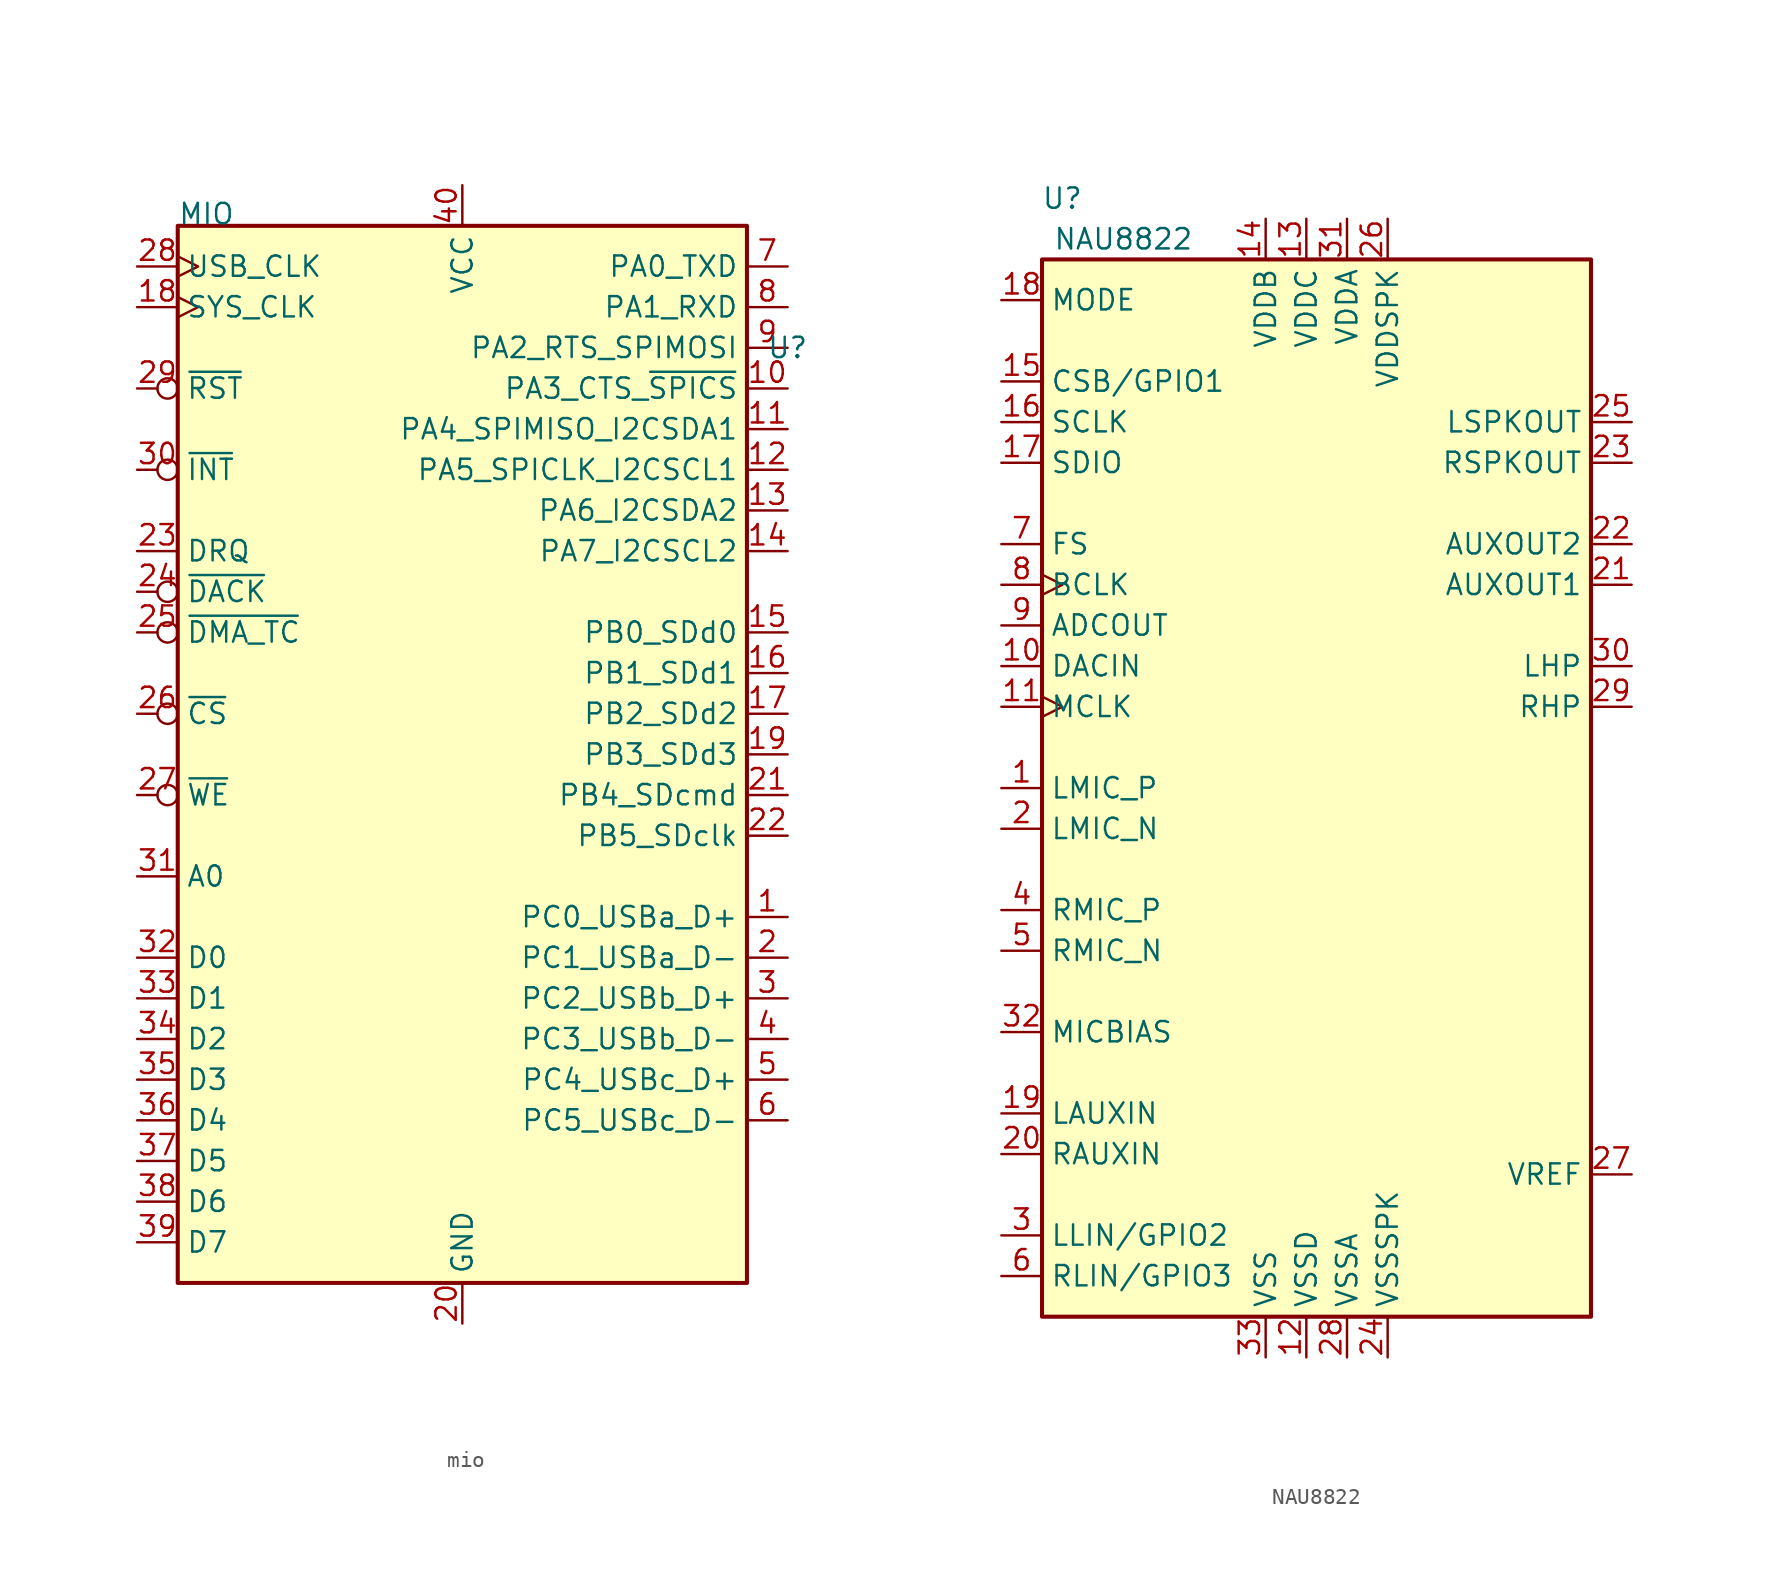
<source format=kicad_sym>
(kicad_symbol_lib
  (version 20231120)
  (generator "kicad_symbol_editor")
  (generator_version "8.0")
  (symbol "mio"
    (property "Reference" "U"
      (at 20.32 27.94 0)
      (effects (font (size 1.27 1.27))))
    (property "Value" "MIO"
      (at -17.78 35.56 0)
      (effects (font (size 1.27 1.27)) (justify left bottom)))
    (symbol "mio_0_0"
      (pin bidirectional line (at 20.32 -7.62 180) (length 2.54) (name "PC0_USBa_D+" (effects (font (size 1.27 1.27)))) (number "1" (effects (font (size 1.27 1.27)))))
      (pin bidirectional line (at 20.32 10.16 180) (length 2.54) (name "PB0_SDd0" (effects (font (size 1.27 1.27)))) (number "15" (effects (font (size 1.27 1.27)))))
      (pin bidirectional line (at 20.32 7.62 180) (length 2.54) (name "PB1_SDd1" (effects (font (size 1.27 1.27)))) (number "16" (effects (font (size 1.27 1.27)))))
      (pin bidirectional line (at 20.32 5.08 180) (length 2.54) (name "PB2_SDd2" (effects (font (size 1.27 1.27)))) (number "17" (effects (font (size 1.27 1.27)))))
      (pin bidirectional line (at 20.32 -10.16 180) (length 2.54) (name "PC1_USBa_D-" (effects (font (size 1.27 1.27)))) (number "2" (effects (font (size 1.27 1.27)))))
      (pin power_in line (at 0 -33.02 90) (length 2.54) (name "GND" (effects (font (size 1.27 1.27)))) (number "20" (effects (font (size 1.27 1.27)))))
      (pin input inverted (at -20.32 25.4 0) (length 2.54) (name "~{RST}" (effects (font (size 1.27 1.27)))) (number "29" (effects (font (size 1.27 1.27)))))
      (pin bidirectional line (at 20.32 -12.7 180) (length 2.54) (name "PC2_USBb_D+" (effects (font (size 1.27 1.27)))) (number "3" (effects (font (size 1.27 1.27)))))
      (pin input line (at -20.32 -5.08 0) (length 2.54) (name "A0" (effects (font (size 1.27 1.27)))) (number "31" (effects (font (size 1.27 1.27)))))
      (pin bidirectional line (at -20.32 -10.16 0) (length 2.54) (name "D0" (effects (font (size 1.27 1.27)))) (number "32" (effects (font (size 1.27 1.27)))))
      (pin bidirectional line (at -20.32 -12.7 0) (length 2.54) (name "D1" (effects (font (size 1.27 1.27)))) (number "33" (effects (font (size 1.27 1.27)))))
      (pin bidirectional line (at -20.32 -15.24 0) (length 2.54) (name "D2" (effects (font (size 1.27 1.27)))) (number "34" (effects (font (size 1.27 1.27)))))
      (pin bidirectional line (at -20.32 -17.78 0) (length 2.54) (name "D3" (effects (font (size 1.27 1.27)))) (number "35" (effects (font (size 1.27 1.27)))))
      (pin bidirectional line (at -20.32 -20.32 0) (length 2.54) (name "D4" (effects (font (size 1.27 1.27)))) (number "36" (effects (font (size 1.27 1.27)))))
      (pin bidirectional line (at -20.32 -22.86 0) (length 2.54) (name "D5" (effects (font (size 1.27 1.27)))) (number "37" (effects (font (size 1.27 1.27)))))
      (pin bidirectional line (at -20.32 -25.4 0) (length 2.54) (name "D6" (effects (font (size 1.27 1.27)))) (number "38" (effects (font (size 1.27 1.27)))))
      (pin bidirectional line (at -20.32 -27.94 0) (length 2.54) (name "D7" (effects (font (size 1.27 1.27)))) (number "39" (effects (font (size 1.27 1.27)))))
      (pin bidirectional line (at 20.32 -15.24 180) (length 2.54) (name "PC3_USBb_D-" (effects (font (size 1.27 1.27)))) (number "4" (effects (font (size 1.27 1.27)))))
      (pin power_in line (at 0 38.1 270) (length 2.54) (name "VCC" (effects (font (size 1.27 1.27)))) (number "40" (effects (font (size 1.27 1.27)))))
      (pin bidirectional line (at 20.32 -17.78 180) (length 2.54) (name "PC4_USBc_D+" (effects (font (size 1.27 1.27)))) (number "5" (effects (font (size 1.27 1.27)))))
      (pin bidirectional line (at 20.32 -20.32 180) (length 2.54) (name "PC5_USBc_D-" (effects (font (size 1.27 1.27)))) (number "6" (effects (font (size 1.27 1.27))))))
    (symbol "mio_0_1"
      (rectangle (start -17.78 35.56) (end 17.78 -30.48) (stroke (width 0.254) (type default)) (fill (type background))))
    (symbol "mio_1_0"
      (pin bidirectional line (at 20.32 25.4 180) (length 2.54) (name "PA3_CTS_~{SPICS}" (effects (font (size 1.27 1.27)))) (number "10" (effects (font (size 1.27 1.27)))))
      (pin bidirectional line (at 20.32 22.86 180) (length 2.54) (name "PA4_SPIMISO_I2CSDA1" (effects (font (size 1.27 1.27)))) (number "11" (effects (font (size 1.27 1.27)))))
      (pin bidirectional line (at 20.32 20.32 180) (length 2.54) (name "PA5_SPICLK_I2CSCL1" (effects (font (size 1.27 1.27)))) (number "12" (effects (font (size 1.27 1.27)))))
      (pin bidirectional line (at 20.32 17.78 180) (length 2.54) (name "PA6_I2CSDA2" (effects (font (size 1.27 1.27)))) (number "13" (effects (font (size 1.27 1.27)))))
      (pin bidirectional line (at 20.32 15.24 180) (length 2.54) (name "PA7_I2CSCL2" (effects (font (size 1.27 1.27)))) (number "14" (effects (font (size 1.27 1.27)))))
      (pin input clock (at -20.32 30.48 0) (length 2.54) (name "SYS_CLK" (effects (font (size 1.27 1.27)))) (number "18" (effects (font (size 1.27 1.27)))))
      (pin bidirectional line (at 20.32 2.54 180) (length 2.54) (name "PB3_SDd3" (effects (font (size 1.27 1.27)))) (number "19" (effects (font (size 1.27 1.27)))))
      (pin bidirectional line (at 20.32 0 180) (length 2.54) (name "PB4_SDcmd" (effects (font (size 1.27 1.27)))) (number "21" (effects (font (size 1.27 1.27)))))
      (pin bidirectional line (at 20.32 -2.54 180) (length 2.54) (name "PB5_SDclk" (effects (font (size 1.27 1.27)))) (number "22" (effects (font (size 1.27 1.27)))))
      (pin output line (at -20.32 15.24 0) (length 2.54) (name "DRQ" (effects (font (size 1.27 1.27)))) (number "23" (effects (font (size 1.27 1.27)))))
      (pin input inverted (at -20.32 12.7 0) (length 2.54) (name "~{DACK}" (effects (font (size 1.27 1.27)))) (number "24" (effects (font (size 1.27 1.27)))))
      (pin input inverted (at -20.32 10.16 0) (length 2.54) (name "~{DMA_TC}" (effects (font (size 1.27 1.27)))) (number "25" (effects (font (size 1.27 1.27)))))
      (pin input inverted (at -20.32 5.08 0) (length 2.54) (name "~{CS}" (effects (font (size 1.27 1.27)))) (number "26" (effects (font (size 1.27 1.27)))))
      (pin input inverted (at -20.32 0 0) (length 2.54) (name "~{WE}" (effects (font (size 1.27 1.27)))) (number "27" (effects (font (size 1.27 1.27)))))
      (pin input clock (at -20.32 33.02 0) (length 2.54) (name "USB_CLK" (effects (font (size 1.27 1.27)))) (number "28" (effects (font (size 1.27 1.27)))))
      (pin open_collector inverted (at -20.32 20.32 0) (length 2.54) (name "~{INT}" (effects (font (size 1.27 1.27)))) (number "30" (effects (font (size 1.27 1.27)))))
      (pin bidirectional line (at 20.32 33.02 180) (length 2.54) (name "PA0_TXD" (effects (font (size 1.27 1.27)))) (number "7" (effects (font (size 1.27 1.27)))))
      (pin bidirectional line (at 20.32 30.48 180) (length 2.54) (name "PA1_RXD" (effects (font (size 1.27 1.27)))) (number "8" (effects (font (size 1.27 1.27)))))
      (pin bidirectional line (at 20.32 27.94 180) (length 2.54) (name "PA2_RTS_SPIMOSI" (effects (font (size 1.27 1.27)))) (number "9" (effects (font (size 1.27 1.27)))))))
  (symbol "NAU8822"
    (property "Reference" "U"
      (at 1.27 36.83 0)
      (effects (font (size 1.27 1.27))))
    (property "Value" "NAU8822"
      (at 5.08 34.29 0)
      (effects (font (size 1.27 1.27))))
    (symbol "NAU8822_0_0"
      (pin input line (at -2.54 0 0) (length 2.54) (name "LMIC_P" (effects (font (size 1.27 1.27)))) (number "1" (effects (font (size 1.27 1.27)))))
      (pin input line (at -2.54 7.62 0) (length 2.54) (name "DACIN" (effects (font (size 1.27 1.27)))) (number "10" (effects (font (size 1.27 1.27)))))
      (pin power_in line (at 16.51 -35.56 90) (length 2.54) (name "VSSD" (effects (font (size 1.27 1.27)))) (number "12" (effects (font (size 1.27 1.27)))))
      (pin power_in line (at 16.51 35.56 270) (length 2.54) (name "VDDC" (effects (font (size 1.27 1.27)))) (number "13" (effects (font (size 1.27 1.27)))))
      (pin power_in line (at 13.97 35.56 270) (length 2.54) (name "VDDB" (effects (font (size 1.27 1.27)))) (number "14" (effects (font (size 1.27 1.27)))))
      (pin bidirectional line (at -2.54 22.86 0) (length 2.54) (name "SCLK" (effects (font (size 1.27 1.27)))) (number "16" (effects (font (size 1.27 1.27)))))
      (pin bidirectional line (at -2.54 20.32 0) (length 2.54) (name "SDIO" (effects (font (size 1.27 1.27)))) (number "17" (effects (font (size 1.27 1.27)))))
      (pin input line (at -2.54 30.48 0) (length 2.54) (name "MODE" (effects (font (size 1.27 1.27)))) (number "18" (effects (font (size 1.27 1.27)))))
      (pin input line (at -2.54 -20.32 0) (length 2.54) (name "LAUXIN" (effects (font (size 1.27 1.27)))) (number "19" (effects (font (size 1.27 1.27)))))
      (pin input line (at -2.54 -2.54 0) (length 2.54) (name "LMIC_N" (effects (font (size 1.27 1.27)))) (number "2" (effects (font (size 1.27 1.27)))))
      (pin tri_state line (at -2.54 -22.86 0) (length 2.54) (name "RAUXIN" (effects (font (size 1.27 1.27)))) (number "20" (effects (font (size 1.27 1.27)))))
      (pin output line (at 36.83 12.7 180) (length 2.54) (name "AUXOUT1" (effects (font (size 1.27 1.27)))) (number "21" (effects (font (size 1.27 1.27)))))
      (pin output line (at 36.83 15.24 180) (length 2.54) (name "AUXOUT2" (effects (font (size 1.27 1.27)))) (number "22" (effects (font (size 1.27 1.27)))))
      (pin output line (at 36.83 20.32 180) (length 2.54) (name "RSPKOUT" (effects (font (size 1.27 1.27)))) (number "23" (effects (font (size 1.27 1.27)))))
      (pin power_in line (at 21.59 -35.56 90) (length 2.54) (name "VSSSPK" (effects (font (size 1.27 1.27)))) (number "24" (effects (font (size 1.27 1.27)))))
      (pin output line (at 36.83 22.86 180) (length 2.54) (name "LSPKOUT" (effects (font (size 1.27 1.27)))) (number "25" (effects (font (size 1.27 1.27)))))
      (pin power_in line (at 21.59 35.56 270) (length 2.54) (name "VDDSPK" (effects (font (size 1.27 1.27)))) (number "26" (effects (font (size 1.27 1.27)))))
      (pin passive line (at 36.83 -24.13 180) (length 2.54) (name "VREF" (effects (font (size 1.27 1.27)))) (number "27" (effects (font (size 1.27 1.27)))))
      (pin power_in line (at 19.05 -35.56 90) (length 2.54) (name "VSSA" (effects (font (size 1.27 1.27)))) (number "28" (effects (font (size 1.27 1.27)))))
      (pin output line (at 36.83 5.08 180) (length 2.54) (name "RHP" (effects (font (size 1.27 1.27)))) (number "29" (effects (font (size 1.27 1.27)))))
      (pin bidirectional line (at -2.54 -27.94 0) (length 2.54) (name "LLIN/GPIO2" (effects (font (size 1.27 1.27)))) (number "3" (effects (font (size 1.27 1.27)))))
      (pin output line (at 36.83 7.62 180) (length 2.54) (name "LHP" (effects (font (size 1.27 1.27)))) (number "30" (effects (font (size 1.27 1.27)))))
      (pin power_in line (at 19.05 35.56 270) (length 2.54) (name "VDDA" (effects (font (size 1.27 1.27)))) (number "31" (effects (font (size 1.27 1.27)))))
      (pin output line (at -2.54 -15.24 0) (length 2.54) (name "MICBIAS" (effects (font (size 1.27 1.27)))) (number "32" (effects (font (size 1.27 1.27)))))
      (pin input line (at -2.54 -7.62 0) (length 2.54) (name "RMIC_P" (effects (font (size 1.27 1.27)))) (number "4" (effects (font (size 1.27 1.27)))))
      (pin input line (at -2.54 -10.16 0) (length 2.54) (name "RMIC_N" (effects (font (size 1.27 1.27)))) (number "5" (effects (font (size 1.27 1.27)))))
      (pin bidirectional line (at -2.54 -30.48 0) (length 2.54) (name "RLIN/GPIO3" (effects (font (size 1.27 1.27)))) (number "6" (effects (font (size 1.27 1.27)))))
      (pin bidirectional line (at -2.54 15.24 0) (length 2.54) (name "FS" (effects (font (size 1.27 1.27)))) (number "7" (effects (font (size 1.27 1.27)))))
      (pin output line (at -2.54 10.16 0) (length 2.54) (name "ADCOUT" (effects (font (size 1.27 1.27)))) (number "9" (effects (font (size 1.27 1.27))))))
    (symbol "NAU8822_0_1"
      (rectangle (start 0 33.02) (end 34.29 -33.02) (stroke (width 0.254) (type default)) (fill (type background))))
    (symbol "NAU8822_1_0"
      (pin input clock (at -2.54 5.08 0) (length 2.54) (name "MCLK" (effects (font (size 1.27 1.27)))) (number "11" (effects (font (size 1.27 1.27)))))
      (pin bidirectional line (at -2.54 25.4 0) (length 2.54) (name "CSB/GPIO1" (effects (font (size 1.27 1.27)))) (number "15" (effects (font (size 1.27 1.27)))))
      (pin power_in line (at 13.97 -35.56 90) (length 2.54) (name "VSS" (effects (font (size 1.27 1.27)))) (number "33" (effects (font (size 1.27 1.27)))))
      (pin bidirectional clock (at -2.54 12.7 0) (length 2.54) (name "BCLK" (effects (font (size 1.27 1.27)))) (number "8" (effects (font (size 1.27 1.27))))))))
</source>
